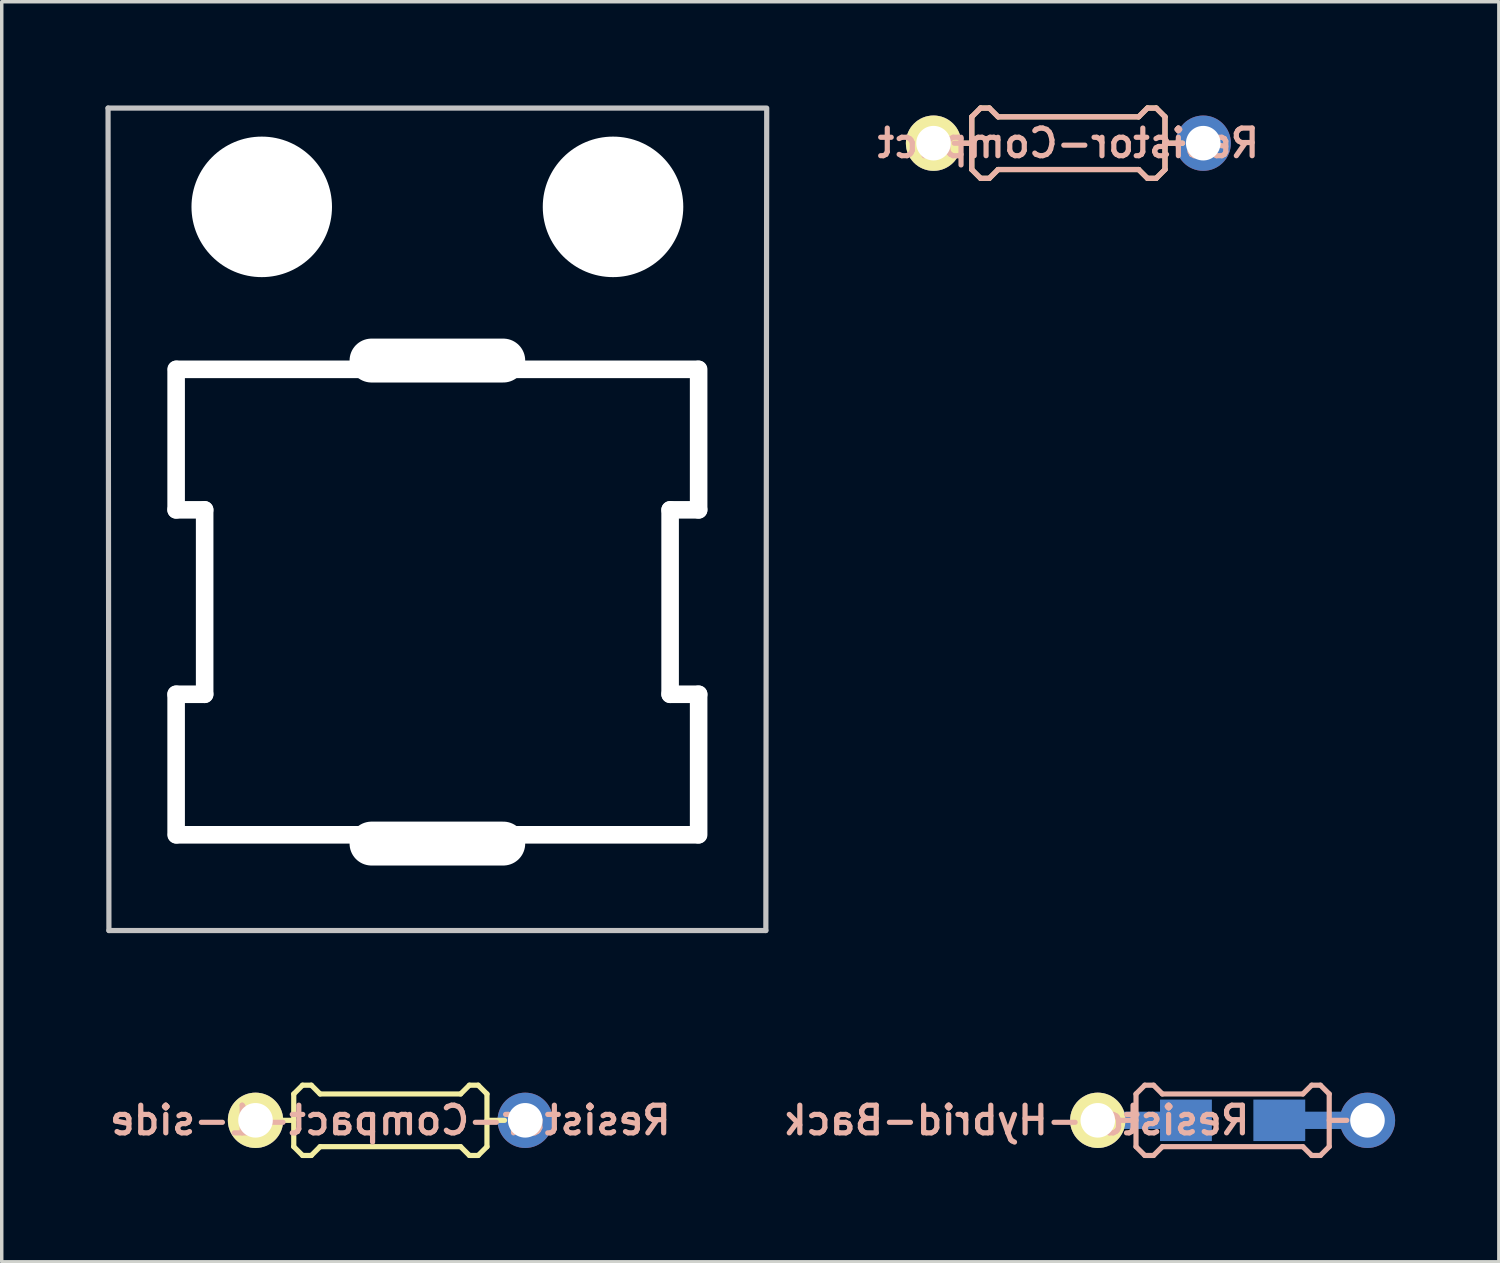
<source format=kicad_pcb>
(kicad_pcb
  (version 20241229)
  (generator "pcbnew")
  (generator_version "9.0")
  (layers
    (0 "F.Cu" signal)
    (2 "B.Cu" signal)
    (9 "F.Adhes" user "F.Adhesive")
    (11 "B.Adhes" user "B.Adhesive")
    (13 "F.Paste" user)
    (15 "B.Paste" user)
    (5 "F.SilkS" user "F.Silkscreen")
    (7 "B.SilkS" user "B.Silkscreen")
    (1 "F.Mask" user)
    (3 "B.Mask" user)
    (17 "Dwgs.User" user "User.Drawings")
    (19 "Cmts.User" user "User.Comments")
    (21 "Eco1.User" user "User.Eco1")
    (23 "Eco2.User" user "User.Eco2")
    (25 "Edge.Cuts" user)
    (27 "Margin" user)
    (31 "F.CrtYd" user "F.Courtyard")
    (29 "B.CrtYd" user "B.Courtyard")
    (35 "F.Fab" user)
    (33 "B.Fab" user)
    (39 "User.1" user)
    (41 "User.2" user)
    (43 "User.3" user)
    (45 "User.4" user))
  (footprint "Resistor-Compact-1-side"
    (layer "F.Cu")
    (at 8.24 29.352)
    (property "Reference" "Resistor-Compact-1-side" (at 0 0 0) (layer "B.SilkS") (effects (font (size 0.8 0.8) (thickness 0.15)) (justify mirror)))
    (attr smd)
    (fp_line (start -3.302 0) (end -2.794 0) (stroke (width 0.15) (type solid)) (layer "F.SilkS"))
    (fp_line (start -2.794 -0.762) (end -2.54 -1.016) (stroke (width 0.15) (type solid)) (layer "F.SilkS"))
    (fp_line (start -2.794 0.762) (end -2.794 -0.762) (stroke (width 0.15) (type solid)) (layer "F.SilkS"))
    (fp_line (start -2.54 -1.016) (end -2.286 -1.016) (stroke (width 0.15) (type solid)) (layer "F.SilkS"))
    (fp_line (start -2.54 1.016) (end -2.794 0.762) (stroke (width 0.15) (type solid)) (layer "F.SilkS"))
    (fp_line (start -2.286 -1.016) (end -2.032 -0.762) (stroke (width 0.15) (type solid)) (layer "F.SilkS"))
    (fp_line (start -2.286 1.016) (end -2.54 1.016) (stroke (width 0.15) (type solid)) (layer "F.SilkS"))
    (fp_line (start -2.032 -0.762) (end 2.032 -0.762) (stroke (width 0.15) (type solid)) (layer "F.SilkS"))
    (fp_line (start -2.032 0.762) (end -2.286 1.016) (stroke (width 0.15) (type solid)) (layer "F.SilkS"))
    (fp_line (start 2.032 -0.762) (end 2.286 -1.016) (stroke (width 0.15) (type solid)) (layer "F.SilkS"))
    (fp_line (start 2.032 0.762) (end -2.032 0.762) (stroke (width 0.15) (type solid)) (layer "F.SilkS"))
    (fp_line (start 2.286 -1.016) (end 2.54 -1.016) (stroke (width 0.15) (type solid)) (layer "F.SilkS"))
    (fp_line (start 2.286 1.016) (end 2.032 0.762) (stroke (width 0.15) (type solid)) (layer "F.SilkS"))
    (fp_line (start 2.54 -1.016) (end 2.794 -0.762) (stroke (width 0.15) (type solid)) (layer "F.SilkS"))
    (fp_line (start 2.54 1.016) (end 2.286 1.016) (stroke (width 0.15) (type solid)) (layer "F.SilkS"))
    (fp_line (start 2.794 -0.762) (end 2.794 0.762) (stroke (width 0.15) (type solid)) (layer "F.SilkS"))
    (fp_line (start 2.794 0) (end 3.302 0) (stroke (width 0.15) (type solid)) (layer "F.SilkS"))
    (fp_line (start 2.794 0.762) (end 2.54 1.016) (stroke (width 0.15) (type solid)) (layer "F.SilkS"))
    (pad "1" thru_hole circle (at 3.9 0) (size 1.6 1.6) (drill 1) (layers "*.Cu" "*.Mask"))
    (pad "2" thru_hole circle (at -3.9 0) (size 1.6 1.6) (drill 1) (layers "*.Cu" "*.Mask" "F.SilkS")))
  (footprint "Resistor-Hybrid-Back"
    (layer "F.Cu")
    (at 32.6 29.352)
    (property "Reference" "Resistor-Hybrid-Back" (at -6.251 0 0) (layer "B.SilkS") (effects (font (size 0.8 0.8) (thickness 0.15)) (justify mirror)))
    (attr smd)
    (fp_line (start -3.302 0) (end -2.794 0) (stroke (width 0.15) (type solid)) (layer "B.SilkS"))
    (fp_line (start -2.794 -0.762) (end -2.54 -1.016) (stroke (width 0.15) (type solid)) (layer "B.SilkS"))
    (fp_line (start -2.794 0.762) (end -2.794 -0.762) (stroke (width 0.15) (type solid)) (layer "B.SilkS"))
    (fp_line (start -2.54 -1.016) (end -2.286 -1.016) (stroke (width 0.15) (type solid)) (layer "B.SilkS"))
    (fp_line (start -2.54 1.016) (end -2.794 0.762) (stroke (width 0.15) (type solid)) (layer "B.SilkS"))
    (fp_line (start -2.286 -1.016) (end -2.032 -0.762) (stroke (width 0.15) (type solid)) (layer "B.SilkS"))
    (fp_line (start -2.286 1.016) (end -2.54 1.016) (stroke (width 0.15) (type solid)) (layer "B.SilkS"))
    (fp_line (start -2.032 -0.762) (end 2.032 -0.762) (stroke (width 0.15) (type solid)) (layer "B.SilkS"))
    (fp_line (start -2.032 0.762) (end -2.286 1.016) (stroke (width 0.15) (type solid)) (layer "B.SilkS"))
    (fp_line (start 2.032 -0.762) (end 2.286 -1.016) (stroke (width 0.15) (type solid)) (layer "B.SilkS"))
    (fp_line (start 2.032 0.762) (end -2.032 0.762) (stroke (width 0.15) (type solid)) (layer "B.SilkS"))
    (fp_line (start 2.286 -1.016) (end 2.54 -1.016) (stroke (width 0.15) (type solid)) (layer "B.SilkS"))
    (fp_line (start 2.286 1.016) (end 2.032 0.762) (stroke (width 0.15) (type solid)) (layer "B.SilkS"))
    (fp_line (start 2.54 -1.016) (end 2.794 -0.762) (stroke (width 0.15) (type solid)) (layer "B.SilkS"))
    (fp_line (start 2.54 1.016) (end 2.286 1.016) (stroke (width 0.15) (type solid)) (layer "B.SilkS"))
    (fp_line (start 2.794 -0.762) (end 2.794 0.762) (stroke (width 0.15) (type solid)) (layer "B.SilkS"))
    (fp_line (start 2.794 0) (end 3.302 0) (stroke (width 0.15) (type solid)) (layer "B.SilkS"))
    (fp_line (start 2.794 0.762) (end 2.54 1.016) (stroke (width 0.15) (type solid)) (layer "B.SilkS"))
    (pad "1" smd rect (at 1.35 0) (size 1.5 1.2) (layers "B.Cu" "B.Mask" "B.Paste"))
    (pad "1" smd rect (at 2.5 0) (size 2.9 0.5) (layers "B.Cu"))
    (pad "1" thru_hole circle (at 3.9 0) (size 1.6 1.6) (drill 1) (layers "*.Cu" "*.Mask"))
    (pad "2" thru_hole circle (at -3.9 0) (size 1.6 1.6) (drill 1) (layers "*.Cu" "*.Mask" "F.SilkS"))
    (pad "2" smd rect (at -2.5 0) (size 2.9 0.5) (layers "B.Cu"))
    (pad "2" smd rect (at -1.35 0) (size 1.5 1.2) (layers "B.Cu" "B.Mask" "B.Paste")))
  (footprint "MX_Switch_Mod_Cutout"
    (layer "F.Cu")
    (at 9.6 14.363)
    (property "Reference" "MX_Switch_Mod_Cutout" (at 0.25 10.05 0) (layer "Eco2.User") (effects (font (size 1 1) (thickness 0.15))))
    (attr through_hole)
    (fp_line (start -9.525 -14.287) (end 9.475 -14.287) (stroke (width 0.15) (type solid)) (layer "Dwgs.User"))
    (fp_line (start -9.5 9.5) (end -9.525 -14.287) (stroke (width 0.15) (type solid)) (layer "Dwgs.User"))
    (fp_line (start 9.5 9.5) (end -9.5 9.5) (stroke (width 0.15) (type solid)) (layer "Dwgs.User"))
    (fp_line (start 9.525 -14.287) (end 9.5 9.5) (stroke (width 0.15) (type solid)) (layer "Dwgs.User"))
    (pad "" np_thru_hole oval (at -7.556 -4.699) (size 0.508 4.572) (drill oval 0.508 4.572) (layers "*.Cu" "*.Mask"))
    (pad "" np_thru_hole oval (at -7.556 4.699) (size 0.508 4.572) (drill oval 0.508 4.572) (layers "*.Cu" "*.Mask"))
    (pad "" np_thru_hole oval (at -7.144 -2.667) (size 1.333 0.508) (drill oval 1.333 0.508) (layers "*.Cu" "*.Mask"))
    (pad "" np_thru_hole oval (at -7.144 2.667) (size 1.333 0.508) (drill oval 1.333 0.508) (layers "*.Cu" "*.Mask"))
    (pad "" np_thru_hole oval (at -6.731 0) (size 0.508 5.842) (drill oval 0.508 5.842) (layers "*.Cu" "*.Mask"))
    (pad "" np_thru_hole circle (at -5.08 -11.43) (size 4.064 4.064) (drill 4.064) (layers "*.Cu" "*.Mask"))
    (pad "" np_thru_hole oval (at 0 -6.985) (size 5.08 1.27) (drill oval 5.08 1.27) (layers "*.Cu" "*.Mask"))
    (pad "" np_thru_hole oval (at 0 -6.731) (size 15.596 0.508) (drill oval 15.596 0.508) (layers "*.Cu" "*.Mask"))
    (pad "" np_thru_hole oval (at 0 6.731) (size 15.596 0.508) (drill oval 15.596 0.508) (layers "*.Cu" "*.Mask"))
    (pad "" np_thru_hole oval (at 0 6.985) (size 5.08 1.27) (drill oval 5.08 1.27) (layers "*.Cu" "*.Mask"))
    (pad "" np_thru_hole circle (at 5.08 -11.43) (size 4.064 4.064) (drill 4.064) (layers "*.Cu" "*.Mask"))
    (pad "" np_thru_hole oval (at 6.731 0) (size 0.508 5.842) (drill oval 0.508 5.842) (layers "*.Cu" "*.Mask"))
    (pad "" np_thru_hole oval (at 7.144 -2.667) (size 1.333 0.508) (drill oval 1.333 0.508) (layers "*.Cu" "*.Mask"))
    (pad "" np_thru_hole oval (at 7.144 2.667) (size 1.333 0.508) (drill oval 1.333 0.508) (layers "*.Cu" "*.Mask"))
    (pad "" np_thru_hole oval (at 7.556 -4.699) (size 0.508 4.572) (drill oval 0.508 4.572) (layers "*.Cu" "*.Mask"))
    (pad "" np_thru_hole oval (at 7.556 4.699) (size 0.508 4.572) (drill oval 0.508 4.572) (layers "*.Cu" "*.Mask")))
  (footprint "Resistor-Compact"
    (layer "F.Cu")
    (at 27.85 1.091)
    (property "Reference" "Resistor-Compact" (at 0 0 0) (layer "B.SilkS") (effects (font (size 0.8 0.8) (thickness 0.15)) (justify mirror)))
    (attr smd)
    (fp_line (start -3.302 0) (end -2.794 0) (stroke (width 0.15) (type solid)) (layer "F.SilkS"))
    (fp_line (start -2.794 -0.762) (end -2.54 -1.016) (stroke (width 0.15) (type solid)) (layer "F.SilkS"))
    (fp_line (start -2.794 0.762) (end -2.794 -0.762) (stroke (width 0.15) (type solid)) (layer "F.SilkS"))
    (fp_line (start -2.54 -1.016) (end -2.286 -1.016) (stroke (width 0.15) (type solid)) (layer "F.SilkS"))
    (fp_line (start -2.54 1.016) (end -2.794 0.762) (stroke (width 0.15) (type solid)) (layer "F.SilkS"))
    (fp_line (start -2.286 -1.016) (end -2.032 -0.762) (stroke (width 0.15) (type solid)) (layer "F.SilkS"))
    (fp_line (start -2.286 1.016) (end -2.54 1.016) (stroke (width 0.15) (type solid)) (layer "F.SilkS"))
    (fp_line (start -2.032 -0.762) (end 2.032 -0.762) (stroke (width 0.15) (type solid)) (layer "F.SilkS"))
    (fp_line (start -2.032 0.762) (end -2.286 1.016) (stroke (width 0.15) (type solid)) (layer "F.SilkS"))
    (fp_line (start 2.032 -0.762) (end 2.286 -1.016) (stroke (width 0.15) (type solid)) (layer "F.SilkS"))
    (fp_line (start 2.032 0.762) (end -2.032 0.762) (stroke (width 0.15) (type solid)) (layer "F.SilkS"))
    (fp_line (start 2.286 -1.016) (end 2.54 -1.016) (stroke (width 0.15) (type solid)) (layer "F.SilkS"))
    (fp_line (start 2.286 1.016) (end 2.032 0.762) (stroke (width 0.15) (type solid)) (layer "F.SilkS"))
    (fp_line (start 2.54 -1.016) (end 2.794 -0.762) (stroke (width 0.15) (type solid)) (layer "F.SilkS"))
    (fp_line (start 2.54 1.016) (end 2.286 1.016) (stroke (width 0.15) (type solid)) (layer "F.SilkS"))
    (fp_line (start 2.794 -0.762) (end 2.794 0.762) (stroke (width 0.15) (type solid)) (layer "F.SilkS"))
    (fp_line (start 2.794 0) (end 3.302 0) (stroke (width 0.15) (type solid)) (layer "F.SilkS"))
    (fp_line (start 2.794 0.762) (end 2.54 1.016) (stroke (width 0.15) (type solid)) (layer "F.SilkS"))
    (fp_line (start -3.302 0) (end -2.794 0) (stroke (width 0.15) (type solid)) (layer "B.SilkS"))
    (fp_line (start -2.794 -0.762) (end -2.54 -1.016) (stroke (width 0.15) (type solid)) (layer "B.SilkS"))
    (fp_line (start -2.794 0) (end -2.794 -0.762) (stroke (width 0.15) (type solid)) (layer "B.SilkS"))
    (fp_line (start -2.794 0.762) (end -2.794 0) (stroke (width 0.15) (type solid)) (layer "B.SilkS"))
    (fp_line (start -2.54 -1.016) (end -2.286 -1.016) (stroke (width 0.15) (type solid)) (layer "B.SilkS"))
    (fp_line (start -2.54 1.016) (end -2.794 0.762) (stroke (width 0.15) (type solid)) (layer "B.SilkS"))
    (fp_line (start -2.286 -1.016) (end -2.032 -0.762) (stroke (width 0.15) (type solid)) (layer "B.SilkS"))
    (fp_line (start -2.286 1.016) (end -2.54 1.016) (stroke (width 0.15) (type solid)) (layer "B.SilkS"))
    (fp_line (start -2.032 -0.762) (end 2.032 -0.762) (stroke (width 0.15) (type solid)) (layer "B.SilkS"))
    (fp_line (start -2.032 0.762) (end -2.286 1.016) (stroke (width 0.15) (type solid)) (layer "B.SilkS"))
    (fp_line (start 2.032 -0.762) (end 2.286 -1.016) (stroke (width 0.15) (type solid)) (layer "B.SilkS"))
    (fp_line (start 2.032 0.762) (end -2.032 0.762) (stroke (width 0.15) (type solid)) (layer "B.SilkS"))
    (fp_line (start 2.286 -1.016) (end 2.54 -1.016) (stroke (width 0.15) (type solid)) (layer "B.SilkS"))
    (fp_line (start 2.286 1.016) (end 2.032 0.762) (stroke (width 0.15) (type solid)) (layer "B.SilkS"))
    (fp_line (start 2.54 -1.016) (end 2.794 -0.762) (stroke (width 0.15) (type solid)) (layer "B.SilkS"))
    (fp_line (start 2.54 1.016) (end 2.286 1.016) (stroke (width 0.15) (type solid)) (layer "B.SilkS"))
    (fp_line (start 2.794 -0.762) (end 2.794 0.762) (stroke (width 0.15) (type solid)) (layer "B.SilkS"))
    (fp_line (start 2.794 0) (end 3.302 0) (stroke (width 0.15) (type solid)) (layer "B.SilkS"))
    (fp_line (start 2.794 0.762) (end 2.54 1.016) (stroke (width 0.15) (type solid)) (layer "B.SilkS"))
    (pad "1" thru_hole circle (at 3.9 0) (size 1.6 1.6) (drill 1) (layers "*.Cu" "*.Mask"))
    (pad "2" thru_hole circle (at -3.9 0) (size 1.6 1.6) (drill 1) (layers "*.Cu" "*.Mask" "F.SilkS")))
  (gr_rect
    (start -3 -3)
    (end 40.3 33.443)
    (stroke (width 0.1) (type default))
    (fill no)
    (layer "Edge.Cuts")))
</source>
